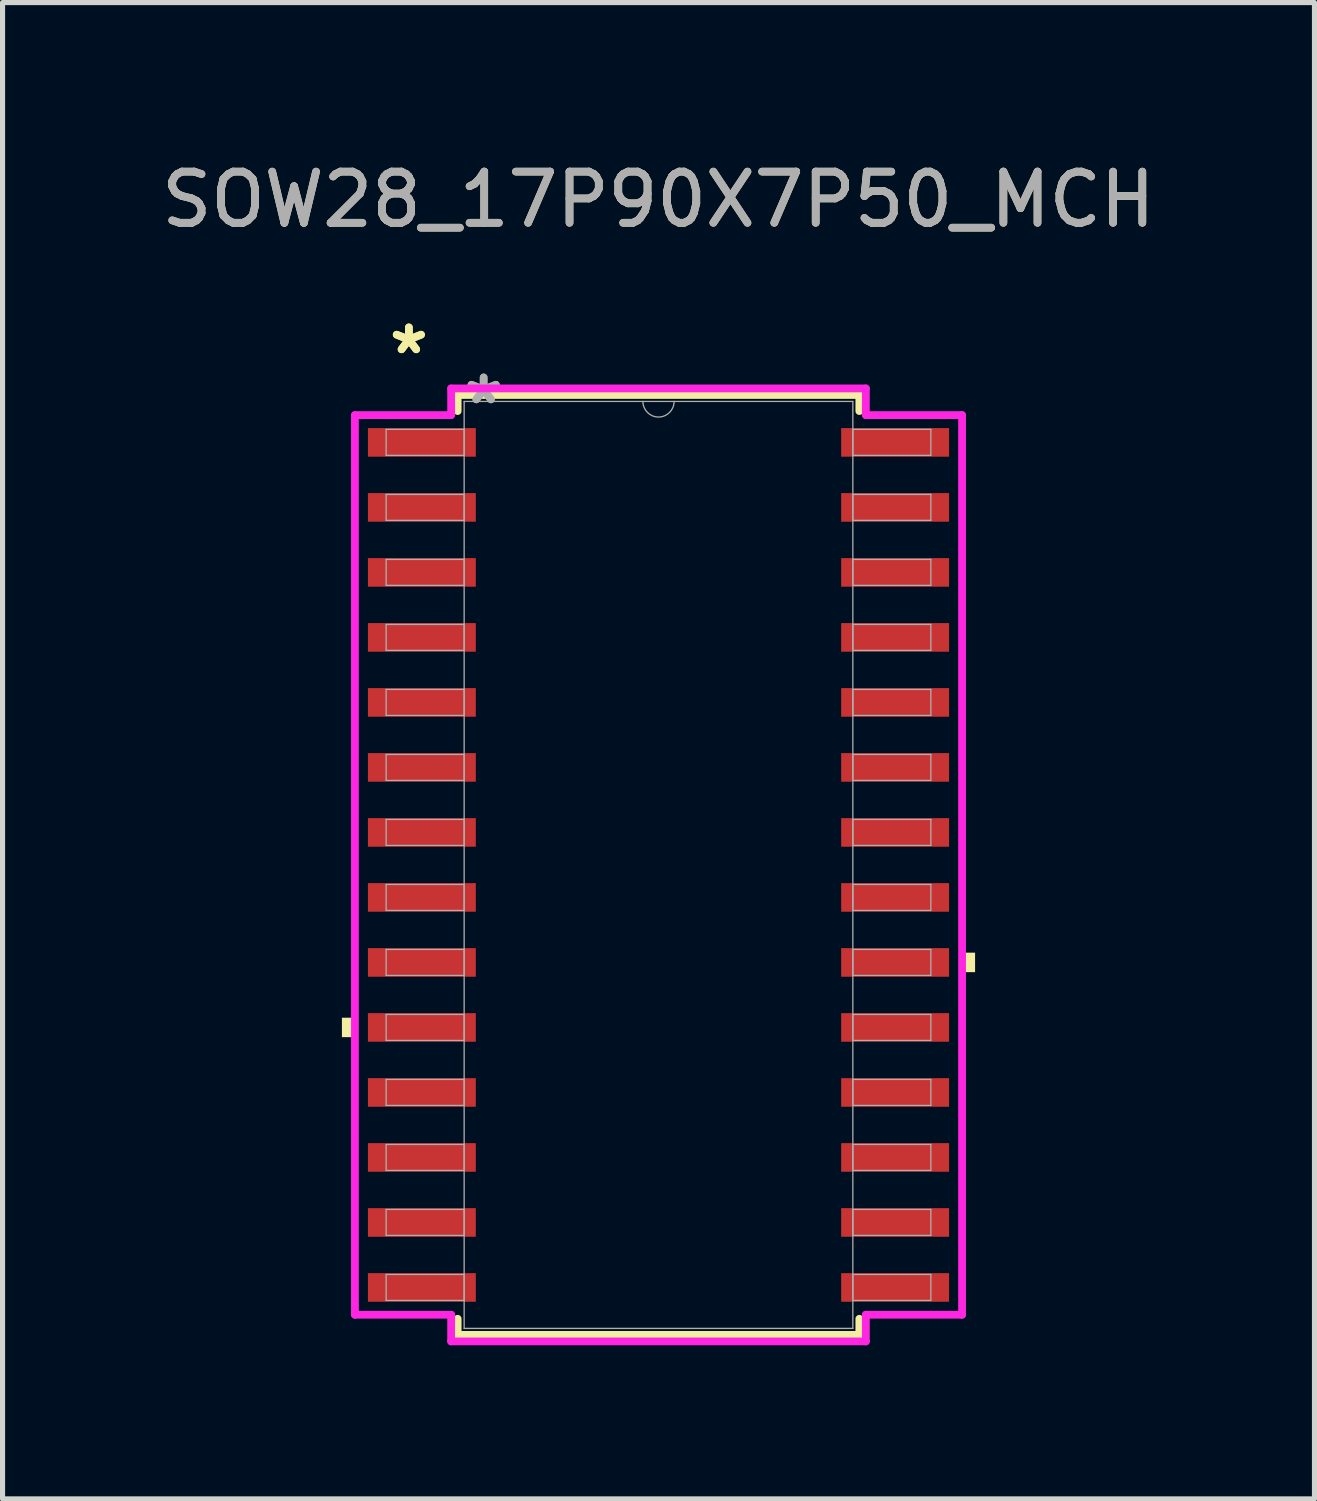
<source format=kicad_pcb>
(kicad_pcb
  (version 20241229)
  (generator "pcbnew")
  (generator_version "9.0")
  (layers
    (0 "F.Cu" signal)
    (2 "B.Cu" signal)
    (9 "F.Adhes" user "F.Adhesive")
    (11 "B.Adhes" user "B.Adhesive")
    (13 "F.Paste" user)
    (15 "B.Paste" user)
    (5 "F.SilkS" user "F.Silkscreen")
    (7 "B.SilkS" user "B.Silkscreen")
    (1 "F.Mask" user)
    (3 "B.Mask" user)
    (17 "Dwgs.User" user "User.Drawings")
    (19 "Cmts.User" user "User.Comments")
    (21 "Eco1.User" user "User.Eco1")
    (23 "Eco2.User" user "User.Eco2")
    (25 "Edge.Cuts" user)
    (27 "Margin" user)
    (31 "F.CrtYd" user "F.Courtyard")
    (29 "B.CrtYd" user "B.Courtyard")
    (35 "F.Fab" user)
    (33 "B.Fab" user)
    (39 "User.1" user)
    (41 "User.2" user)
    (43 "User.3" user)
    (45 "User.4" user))
  (footprint "SOW28_17P90X7P50_MCH"
    (layer "F.Cu")
    (at 9.815 13.848)
    (property "Reference" "SOW28_17P90X7P50_MCH" (at 0 -13 0) (unlocked yes) (layer "F.SilkS") (effects (font (size 1 1) (thickness 0.15))))
    (attr smd)
    (fp_line (start -3.924 -9.182) (end -3.924 -8.867) (stroke (width 0.152) (type solid)) (layer "F.SilkS"))
    (fp_line (start -3.924 8.867) (end -3.924 9.182) (stroke (width 0.152) (type solid)) (layer "F.SilkS"))
    (fp_line (start -3.924 9.182) (end 3.924 9.182) (stroke (width 0.152) (type solid)) (layer "F.SilkS"))
    (fp_line (start 3.924 -9.182) (end -3.924 -9.182) (stroke (width 0.152) (type solid)) (layer "F.SilkS"))
    (fp_line (start 3.924 -8.867) (end 3.924 -9.182) (stroke (width 0.152) (type solid)) (layer "F.SilkS"))
    (fp_line (start 3.924 9.182) (end 3.924 8.867) (stroke (width 0.152) (type solid)) (layer "F.SilkS"))
    (fp_poly (pts (xy -6.185 2.985) (xy -6.185 3.365) (xy -5.931 3.365) (xy -5.931 2.985)) (stroke (width 0) (type solid)) (fill yes) (layer "F.SilkS"))
    (fp_poly (pts (xy 6.185 1.714) (xy 6.185 2.095) (xy 5.931 2.095) (xy 5.931 1.714)) (stroke (width 0) (type solid)) (fill yes) (layer "F.SilkS"))
    (fp_line (start -5.931 -8.788) (end -4.051 -8.788) (stroke (width 0.152) (type solid)) (layer "F.CrtYd"))
    (fp_line (start -5.931 8.788) (end -5.931 -8.788) (stroke (width 0.152) (type solid)) (layer "F.CrtYd"))
    (fp_line (start -5.931 8.788) (end -4.051 8.788) (stroke (width 0.152) (type solid)) (layer "F.CrtYd"))
    (fp_line (start -4.051 -9.309) (end 4.051 -9.309) (stroke (width 0.152) (type solid)) (layer "F.CrtYd"))
    (fp_line (start -4.051 -8.788) (end -4.051 -9.309) (stroke (width 0.152) (type solid)) (layer "F.CrtYd"))
    (fp_line (start -4.051 9.309) (end -4.051 8.788) (stroke (width 0.152) (type solid)) (layer "F.CrtYd"))
    (fp_line (start 4.051 -9.309) (end 4.051 -8.788) (stroke (width 0.152) (type solid)) (layer "F.CrtYd"))
    (fp_line (start 4.051 8.788) (end 4.051 9.309) (stroke (width 0.152) (type solid)) (layer "F.CrtYd"))
    (fp_line (start 4.051 9.309) (end -4.051 9.309) (stroke (width 0.152) (type solid)) (layer "F.CrtYd"))
    (fp_line (start 5.931 -8.788) (end 4.051 -8.788) (stroke (width 0.152) (type solid)) (layer "F.CrtYd"))
    (fp_line (start 5.931 -8.788) (end 5.931 8.788) (stroke (width 0.152) (type solid)) (layer "F.CrtYd"))
    (fp_line (start 5.931 8.788) (end 4.051 8.788) (stroke (width 0.152) (type solid)) (layer "F.CrtYd"))
    (fp_line (start -5.321 -8.509) (end -5.321 -8.001) (stroke (width 0.025) (type solid)) (layer "F.Fab"))
    (fp_line (start -5.321 -8.001) (end -3.797 -8.001) (stroke (width 0.025) (type solid)) (layer "F.Fab"))
    (fp_line (start -5.321 -7.239) (end -5.321 -6.731) (stroke (width 0.025) (type solid)) (layer "F.Fab"))
    (fp_line (start -5.321 -6.731) (end -3.797 -6.731) (stroke (width 0.025) (type solid)) (layer "F.Fab"))
    (fp_line (start -5.321 -5.969) (end -5.321 -5.461) (stroke (width 0.025) (type solid)) (layer "F.Fab"))
    (fp_line (start -5.321 -5.461) (end -3.797 -5.461) (stroke (width 0.025) (type solid)) (layer "F.Fab"))
    (fp_line (start -5.321 -4.699) (end -5.321 -4.191) (stroke (width 0.025) (type solid)) (layer "F.Fab"))
    (fp_line (start -5.321 -4.191) (end -3.797 -4.191) (stroke (width 0.025) (type solid)) (layer "F.Fab"))
    (fp_line (start -5.321 -3.429) (end -5.321 -2.921) (stroke (width 0.025) (type solid)) (layer "F.Fab"))
    (fp_line (start -5.321 -2.921) (end -3.797 -2.921) (stroke (width 0.025) (type solid)) (layer "F.Fab"))
    (fp_line (start -5.321 -2.159) (end -5.321 -1.651) (stroke (width 0.025) (type solid)) (layer "F.Fab"))
    (fp_line (start -5.321 -1.651) (end -3.797 -1.651) (stroke (width 0.025) (type solid)) (layer "F.Fab"))
    (fp_line (start -5.321 -0.889) (end -5.321 -0.381) (stroke (width 0.025) (type solid)) (layer "F.Fab"))
    (fp_line (start -5.321 -0.381) (end -3.797 -0.381) (stroke (width 0.025) (type solid)) (layer "F.Fab"))
    (fp_line (start -5.321 0.381) (end -5.321 0.889) (stroke (width 0.025) (type solid)) (layer "F.Fab"))
    (fp_line (start -5.321 0.889) (end -3.797 0.889) (stroke (width 0.025) (type solid)) (layer "F.Fab"))
    (fp_line (start -5.321 1.651) (end -5.321 2.159) (stroke (width 0.025) (type solid)) (layer "F.Fab"))
    (fp_line (start -5.321 2.159) (end -3.797 2.159) (stroke (width 0.025) (type solid)) (layer "F.Fab"))
    (fp_line (start -5.321 2.921) (end -5.321 3.429) (stroke (width 0.025) (type solid)) (layer "F.Fab"))
    (fp_line (start -5.321 3.429) (end -3.797 3.429) (stroke (width 0.025) (type solid)) (layer "F.Fab"))
    (fp_line (start -5.321 4.191) (end -5.321 4.699) (stroke (width 0.025) (type solid)) (layer "F.Fab"))
    (fp_line (start -5.321 4.699) (end -3.797 4.699) (stroke (width 0.025) (type solid)) (layer "F.Fab"))
    (fp_line (start -5.321 5.461) (end -5.321 5.969) (stroke (width 0.025) (type solid)) (layer "F.Fab"))
    (fp_line (start -5.321 5.969) (end -3.797 5.969) (stroke (width 0.025) (type solid)) (layer "F.Fab"))
    (fp_line (start -5.321 6.731) (end -5.321 7.239) (stroke (width 0.025) (type solid)) (layer "F.Fab"))
    (fp_line (start -5.321 7.239) (end -3.797 7.239) (stroke (width 0.025) (type solid)) (layer "F.Fab"))
    (fp_line (start -5.321 8.001) (end -5.321 8.509) (stroke (width 0.025) (type solid)) (layer "F.Fab"))
    (fp_line (start -5.321 8.509) (end -3.797 8.509) (stroke (width 0.025) (type solid)) (layer "F.Fab"))
    (fp_line (start -3.797 -9.055) (end -3.797 9.055) (stroke (width 0.025) (type solid)) (layer "F.Fab"))
    (fp_line (start -3.797 -8.509) (end -5.321 -8.509) (stroke (width 0.025) (type solid)) (layer "F.Fab"))
    (fp_line (start -3.797 -8.001) (end -3.797 -8.509) (stroke (width 0.025) (type solid)) (layer "F.Fab"))
    (fp_line (start -3.797 -7.239) (end -5.321 -7.239) (stroke (width 0.025) (type solid)) (layer "F.Fab"))
    (fp_line (start -3.797 -6.731) (end -3.797 -7.239) (stroke (width 0.025) (type solid)) (layer "F.Fab"))
    (fp_line (start -3.797 -5.969) (end -5.321 -5.969) (stroke (width 0.025) (type solid)) (layer "F.Fab"))
    (fp_line (start -3.797 -5.461) (end -3.797 -5.969) (stroke (width 0.025) (type solid)) (layer "F.Fab"))
    (fp_line (start -3.797 -4.699) (end -5.321 -4.699) (stroke (width 0.025) (type solid)) (layer "F.Fab"))
    (fp_line (start -3.797 -4.191) (end -3.797 -4.699) (stroke (width 0.025) (type solid)) (layer "F.Fab"))
    (fp_line (start -3.797 -3.429) (end -5.321 -3.429) (stroke (width 0.025) (type solid)) (layer "F.Fab"))
    (fp_line (start -3.797 -2.921) (end -3.797 -3.429) (stroke (width 0.025) (type solid)) (layer "F.Fab"))
    (fp_line (start -3.797 -2.159) (end -5.321 -2.159) (stroke (width 0.025) (type solid)) (layer "F.Fab"))
    (fp_line (start -3.797 -1.651) (end -3.797 -2.159) (stroke (width 0.025) (type solid)) (layer "F.Fab"))
    (fp_line (start -3.797 -0.889) (end -5.321 -0.889) (stroke (width 0.025) (type solid)) (layer "F.Fab"))
    (fp_line (start -3.797 -0.381) (end -3.797 -0.889) (stroke (width 0.025) (type solid)) (layer "F.Fab"))
    (fp_line (start -3.797 0.381) (end -5.321 0.381) (stroke (width 0.025) (type solid)) (layer "F.Fab"))
    (fp_line (start -3.797 0.889) (end -3.797 0.381) (stroke (width 0.025) (type solid)) (layer "F.Fab"))
    (fp_line (start -3.797 1.651) (end -5.321 1.651) (stroke (width 0.025) (type solid)) (layer "F.Fab"))
    (fp_line (start -3.797 2.159) (end -3.797 1.651) (stroke (width 0.025) (type solid)) (layer "F.Fab"))
    (fp_line (start -3.797 2.921) (end -5.321 2.921) (stroke (width 0.025) (type solid)) (layer "F.Fab"))
    (fp_line (start -3.797 3.429) (end -3.797 2.921) (stroke (width 0.025) (type solid)) (layer "F.Fab"))
    (fp_line (start -3.797 4.191) (end -5.321 4.191) (stroke (width 0.025) (type solid)) (layer "F.Fab"))
    (fp_line (start -3.797 4.699) (end -3.797 4.191) (stroke (width 0.025) (type solid)) (layer "F.Fab"))
    (fp_line (start -3.797 5.461) (end -5.321 5.461) (stroke (width 0.025) (type solid)) (layer "F.Fab"))
    (fp_line (start -3.797 5.969) (end -3.797 5.461) (stroke (width 0.025) (type solid)) (layer "F.Fab"))
    (fp_line (start -3.797 6.731) (end -5.321 6.731) (stroke (width 0.025) (type solid)) (layer "F.Fab"))
    (fp_line (start -3.797 7.239) (end -3.797 6.731) (stroke (width 0.025) (type solid)) (layer "F.Fab"))
    (fp_line (start -3.797 8.001) (end -5.321 8.001) (stroke (width 0.025) (type solid)) (layer "F.Fab"))
    (fp_line (start -3.797 8.509) (end -3.797 8.001) (stroke (width 0.025) (type solid)) (layer "F.Fab"))
    (fp_line (start -3.797 9.055) (end 3.797 9.055) (stroke (width 0.025) (type solid)) (layer "F.Fab"))
    (fp_line (start 3.797 -9.055) (end -3.797 -9.055) (stroke (width 0.025) (type solid)) (layer "F.Fab"))
    (fp_line (start 3.797 -8.509) (end 3.797 -8.001) (stroke (width 0.025) (type solid)) (layer "F.Fab"))
    (fp_line (start 3.797 -8.001) (end 5.321 -8.001) (stroke (width 0.025) (type solid)) (layer "F.Fab"))
    (fp_line (start 3.797 -7.239) (end 3.797 -6.731) (stroke (width 0.025) (type solid)) (layer "F.Fab"))
    (fp_line (start 3.797 -6.731) (end 5.321 -6.731) (stroke (width 0.025) (type solid)) (layer "F.Fab"))
    (fp_line (start 3.797 -5.969) (end 3.797 -5.461) (stroke (width 0.025) (type solid)) (layer "F.Fab"))
    (fp_line (start 3.797 -5.461) (end 5.321 -5.461) (stroke (width 0.025) (type solid)) (layer "F.Fab"))
    (fp_line (start 3.797 -4.699) (end 3.797 -4.191) (stroke (width 0.025) (type solid)) (layer "F.Fab"))
    (fp_line (start 3.797 -4.191) (end 5.321 -4.191) (stroke (width 0.025) (type solid)) (layer "F.Fab"))
    (fp_line (start 3.797 -3.429) (end 3.797 -2.921) (stroke (width 0.025) (type solid)) (layer "F.Fab"))
    (fp_line (start 3.797 -2.921) (end 5.321 -2.921) (stroke (width 0.025) (type solid)) (layer "F.Fab"))
    (fp_line (start 3.797 -2.159) (end 3.797 -1.651) (stroke (width 0.025) (type solid)) (layer "F.Fab"))
    (fp_line (start 3.797 -1.651) (end 5.321 -1.651) (stroke (width 0.025) (type solid)) (layer "F.Fab"))
    (fp_line (start 3.797 -0.889) (end 3.797 -0.381) (stroke (width 0.025) (type solid)) (layer "F.Fab"))
    (fp_line (start 3.797 -0.381) (end 5.321 -0.381) (stroke (width 0.025) (type solid)) (layer "F.Fab"))
    (fp_line (start 3.797 0.381) (end 3.797 0.889) (stroke (width 0.025) (type solid)) (layer "F.Fab"))
    (fp_line (start 3.797 0.889) (end 5.321 0.889) (stroke (width 0.025) (type solid)) (layer "F.Fab"))
    (fp_line (start 3.797 1.651) (end 3.797 2.159) (stroke (width 0.025) (type solid)) (layer "F.Fab"))
    (fp_line (start 3.797 2.159) (end 5.321 2.159) (stroke (width 0.025) (type solid)) (layer "F.Fab"))
    (fp_line (start 3.797 2.921) (end 3.797 3.429) (stroke (width 0.025) (type solid)) (layer "F.Fab"))
    (fp_line (start 3.797 3.429) (end 5.321 3.429) (stroke (width 0.025) (type solid)) (layer "F.Fab"))
    (fp_line (start 3.797 4.191) (end 3.797 4.699) (stroke (width 0.025) (type solid)) (layer "F.Fab"))
    (fp_line (start 3.797 4.699) (end 5.321 4.699) (stroke (width 0.025) (type solid)) (layer "F.Fab"))
    (fp_line (start 3.797 5.461) (end 3.797 5.969) (stroke (width 0.025) (type solid)) (layer "F.Fab"))
    (fp_line (start 3.797 5.969) (end 5.321 5.969) (stroke (width 0.025) (type solid)) (layer "F.Fab"))
    (fp_line (start 3.797 6.731) (end 3.797 7.239) (stroke (width 0.025) (type solid)) (layer "F.Fab"))
    (fp_line (start 3.797 7.239) (end 5.321 7.239) (stroke (width 0.025) (type solid)) (layer "F.Fab"))
    (fp_line (start 3.797 8.001) (end 3.797 8.509) (stroke (width 0.025) (type solid)) (layer "F.Fab"))
    (fp_line (start 3.797 8.509) (end 5.321 8.509) (stroke (width 0.025) (type solid)) (layer "F.Fab"))
    (fp_line (start 3.797 9.055) (end 3.797 -9.055) (stroke (width 0.025) (type solid)) (layer "F.Fab"))
    (fp_line (start 5.321 -8.509) (end 3.797 -8.509) (stroke (width 0.025) (type solid)) (layer "F.Fab"))
    (fp_line (start 5.321 -8.001) (end 5.321 -8.509) (stroke (width 0.025) (type solid)) (layer "F.Fab"))
    (fp_line (start 5.321 -7.239) (end 3.797 -7.239) (stroke (width 0.025) (type solid)) (layer "F.Fab"))
    (fp_line (start 5.321 -6.731) (end 5.321 -7.239) (stroke (width 0.025) (type solid)) (layer "F.Fab"))
    (fp_line (start 5.321 -5.969) (end 3.797 -5.969) (stroke (width 0.025) (type solid)) (layer "F.Fab"))
    (fp_line (start 5.321 -5.461) (end 5.321 -5.969) (stroke (width 0.025) (type solid)) (layer "F.Fab"))
    (fp_line (start 5.321 -4.699) (end 3.797 -4.699) (stroke (width 0.025) (type solid)) (layer "F.Fab"))
    (fp_line (start 5.321 -4.191) (end 5.321 -4.699) (stroke (width 0.025) (type solid)) (layer "F.Fab"))
    (fp_line (start 5.321 -3.429) (end 3.797 -3.429) (stroke (width 0.025) (type solid)) (layer "F.Fab"))
    (fp_line (start 5.321 -2.921) (end 5.321 -3.429) (stroke (width 0.025) (type solid)) (layer "F.Fab"))
    (fp_line (start 5.321 -2.159) (end 3.797 -2.159) (stroke (width 0.025) (type solid)) (layer "F.Fab"))
    (fp_line (start 5.321 -1.651) (end 5.321 -2.159) (stroke (width 0.025) (type solid)) (layer "F.Fab"))
    (fp_line (start 5.321 -0.889) (end 3.797 -0.889) (stroke (width 0.025) (type solid)) (layer "F.Fab"))
    (fp_line (start 5.321 -0.381) (end 5.321 -0.889) (stroke (width 0.025) (type solid)) (layer "F.Fab"))
    (fp_line (start 5.321 0.381) (end 3.797 0.381) (stroke (width 0.025) (type solid)) (layer "F.Fab"))
    (fp_line (start 5.321 0.889) (end 5.321 0.381) (stroke (width 0.025) (type solid)) (layer "F.Fab"))
    (fp_line (start 5.321 1.651) (end 3.797 1.651) (stroke (width 0.025) (type solid)) (layer "F.Fab"))
    (fp_line (start 5.321 2.159) (end 5.321 1.651) (stroke (width 0.025) (type solid)) (layer "F.Fab"))
    (fp_line (start 5.321 2.921) (end 3.797 2.921) (stroke (width 0.025) (type solid)) (layer "F.Fab"))
    (fp_line (start 5.321 3.429) (end 5.321 2.921) (stroke (width 0.025) (type solid)) (layer "F.Fab"))
    (fp_line (start 5.321 4.191) (end 3.797 4.191) (stroke (width 0.025) (type solid)) (layer "F.Fab"))
    (fp_line (start 5.321 4.699) (end 5.321 4.191) (stroke (width 0.025) (type solid)) (layer "F.Fab"))
    (fp_line (start 5.321 5.461) (end 3.797 5.461) (stroke (width 0.025) (type solid)) (layer "F.Fab"))
    (fp_line (start 5.321 5.969) (end 5.321 5.461) (stroke (width 0.025) (type solid)) (layer "F.Fab"))
    (fp_line (start 5.321 6.731) (end 3.797 6.731) (stroke (width 0.025) (type solid)) (layer "F.Fab"))
    (fp_line (start 5.321 7.239) (end 5.321 6.731) (stroke (width 0.025) (type solid)) (layer "F.Fab"))
    (fp_line (start 5.321 8.001) (end 3.797 8.001) (stroke (width 0.025) (type solid)) (layer "F.Fab"))
    (fp_line (start 5.321 8.509) (end 5.321 8.001) (stroke (width 0.025) (type solid)) (layer "F.Fab"))
    (fp_arc (start 0.3048 -9.0551) (mid 0 -8.7503) (end -0.3048 -9.0551) (stroke (width 0.0254) (type solid)) (layer "F.Fab"))
    (fp_text user "*" (at -4.877 -9.957 0) (unlocked yes) (layer "F.SilkS") (effects (font (size 1 1) (thickness 0.15))))
    (fp_text user "*" (at -4.877 -9.957 0) (layer "F.SilkS") (effects (font (size 1 1) (thickness 0.15))))
    (fp_text user "*" (at -3.416 -8.979 0) (unlocked yes) (layer "F.Fab") (effects (font (size 1 1) (thickness 0.15))))
    (fp_text user "*" (at -3.416 -8.979 0) (layer "F.Fab") (effects (font (size 1 1) (thickness 0.15))))
    (fp_text user "${REFERENCE}" (at 0 -13 0) (unlocked yes) (layer "F.Fab") (effects (font (size 1 1) (thickness 0.15))))
    (pad "1" smd rect (at -4.623 -8.255) (size 2.108 0.559) (layers "F.Cu" "F.Mask" "F.Paste"))
    (pad "2" smd rect (at -4.623 -6.985) (size 2.108 0.559) (layers "F.Cu" "F.Mask" "F.Paste"))
    (pad "3" smd rect (at -4.623 -5.715) (size 2.108 0.559) (layers "F.Cu" "F.Mask" "F.Paste"))
    (pad "4" smd rect (at -4.623 -4.445) (size 2.108 0.559) (layers "F.Cu" "F.Mask" "F.Paste"))
    (pad "5" smd rect (at -4.623 -3.175) (size 2.108 0.559) (layers "F.Cu" "F.Mask" "F.Paste"))
    (pad "6" smd rect (at -4.623 -1.905) (size 2.108 0.559) (layers "F.Cu" "F.Mask" "F.Paste"))
    (pad "7" smd rect (at -4.623 -0.635) (size 2.108 0.559) (layers "F.Cu" "F.Mask" "F.Paste"))
    (pad "8" smd rect (at -4.623 0.635) (size 2.108 0.559) (layers "F.Cu" "F.Mask" "F.Paste"))
    (pad "9" smd rect (at -4.623 1.905) (size 2.108 0.559) (layers "F.Cu" "F.Mask" "F.Paste"))
    (pad "10" smd rect (at -4.623 3.175) (size 2.108 0.559) (layers "F.Cu" "F.Mask" "F.Paste"))
    (pad "11" smd rect (at -4.623 4.445) (size 2.108 0.559) (layers "F.Cu" "F.Mask" "F.Paste"))
    (pad "12" smd rect (at -4.623 5.715) (size 2.108 0.559) (layers "F.Cu" "F.Mask" "F.Paste"))
    (pad "13" smd rect (at -4.623 6.985) (size 2.108 0.559) (layers "F.Cu" "F.Mask" "F.Paste"))
    (pad "14" smd rect (at -4.623 8.255) (size 2.108 0.559) (layers "F.Cu" "F.Mask" "F.Paste"))
    (pad "15" smd rect (at 4.623 8.255) (size 2.108 0.559) (layers "F.Cu" "F.Mask" "F.Paste"))
    (pad "16" smd rect (at 4.623 6.985) (size 2.108 0.559) (layers "F.Cu" "F.Mask" "F.Paste"))
    (pad "17" smd rect (at 4.623 5.715) (size 2.108 0.559) (layers "F.Cu" "F.Mask" "F.Paste"))
    (pad "18" smd rect (at 4.623 4.445) (size 2.108 0.559) (layers "F.Cu" "F.Mask" "F.Paste"))
    (pad "19" smd rect (at 4.623 3.175) (size 2.108 0.559) (layers "F.Cu" "F.Mask" "F.Paste"))
    (pad "20" smd rect (at 4.623 1.905) (size 2.108 0.559) (layers "F.Cu" "F.Mask" "F.Paste"))
    (pad "21" smd rect (at 4.623 0.635) (size 2.108 0.559) (layers "F.Cu" "F.Mask" "F.Paste"))
    (pad "22" smd rect (at 4.623 -0.635) (size 2.108 0.559) (layers "F.Cu" "F.Mask" "F.Paste"))
    (pad "23" smd rect (at 4.623 -1.905) (size 2.108 0.559) (layers "F.Cu" "F.Mask" "F.Paste"))
    (pad "24" smd rect (at 4.623 -3.175) (size 2.108 0.559) (layers "F.Cu" "F.Mask" "F.Paste"))
    (pad "25" smd rect (at 4.623 -4.445) (size 2.108 0.559) (layers "F.Cu" "F.Mask" "F.Paste"))
    (pad "26" smd rect (at 4.623 -5.715) (size 2.108 0.559) (layers "F.Cu" "F.Mask" "F.Paste"))
    (pad "27" smd rect (at 4.623 -6.985) (size 2.108 0.559) (layers "F.Cu" "F.Mask" "F.Paste"))
    (pad "28" smd rect (at 4.623 -8.255) (size 2.108 0.559) (layers "F.Cu" "F.Mask" "F.Paste")))
  (gr_rect
    (start -3 -3)
    (end 22.631 26.234)
    (stroke (width 0.1) (type default))
    (fill no)
    (layer "Edge.Cuts")))
</source>
